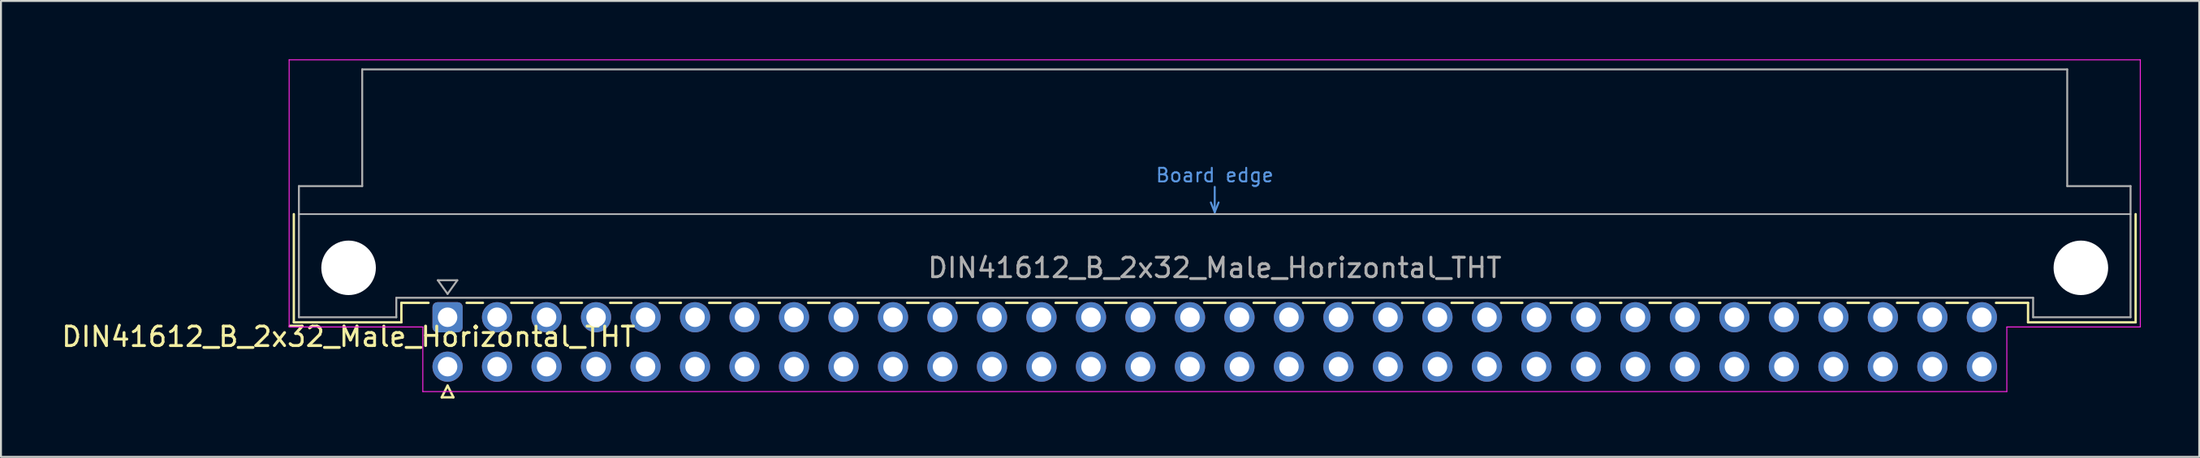
<source format=kicad_pcb>
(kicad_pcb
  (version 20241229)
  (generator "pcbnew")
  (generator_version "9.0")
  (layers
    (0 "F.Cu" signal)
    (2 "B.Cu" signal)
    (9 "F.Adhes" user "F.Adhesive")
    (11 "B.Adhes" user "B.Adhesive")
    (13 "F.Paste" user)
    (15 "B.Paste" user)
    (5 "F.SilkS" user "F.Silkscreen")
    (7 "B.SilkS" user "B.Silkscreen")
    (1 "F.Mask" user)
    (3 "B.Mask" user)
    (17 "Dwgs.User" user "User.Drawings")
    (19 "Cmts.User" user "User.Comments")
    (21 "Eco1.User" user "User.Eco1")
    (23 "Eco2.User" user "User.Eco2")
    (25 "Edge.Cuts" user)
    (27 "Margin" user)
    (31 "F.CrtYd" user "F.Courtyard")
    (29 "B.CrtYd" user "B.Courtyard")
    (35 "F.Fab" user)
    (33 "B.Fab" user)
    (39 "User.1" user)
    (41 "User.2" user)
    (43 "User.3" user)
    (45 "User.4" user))
  (footprint "DIN41612_B_2x32_Male_Horizontal_THT"
    (layer "F.Cu")
    (at 19.919 13.255)
    (property "Reference" "DIN41612_B_2x32_Male_Horizontal_THT" (at -5.08 1 0) (layer "F.SilkS") (effects (font (size 1 1) (thickness 0.15))))
    (attr through_hole)
    (fp_line (start -7.89 -5.3) (end -7.89 0.26) (stroke (width 0.12) (type solid)) (layer "F.SilkS"))
    (fp_line (start -7.89 0.26) (end -2.37 0.26) (stroke (width 0.12) (type solid)) (layer "F.SilkS"))
    (fp_line (start -2.371 -0.74) (end -0.976 -0.74) (stroke (width 0.12) (type solid)) (layer "F.SilkS"))
    (fp_line (start -2.37 0.26) (end -2.37 -0.74) (stroke (width 0.12) (type solid)) (layer "F.SilkS"))
    (fp_line (start -0.3 4.115) (end 0.3 4.115) (stroke (width 0.12) (type solid)) (layer "F.SilkS"))
    (fp_line (start 0 3.515) (end -0.3 4.115) (stroke (width 0.12) (type solid)) (layer "F.SilkS"))
    (fp_line (start 0.3 4.115) (end 0 3.515) (stroke (width 0.12) (type solid)) (layer "F.SilkS"))
    (fp_line (start 0.976 -0.74) (end 1.817 -0.74) (stroke (width 0.12) (type solid)) (layer "F.SilkS"))
    (fp_line (start 3.264 -0.74) (end 4.357 -0.74) (stroke (width 0.12) (type solid)) (layer "F.SilkS"))
    (fp_line (start 5.804 -0.74) (end 6.897 -0.74) (stroke (width 0.12) (type solid)) (layer "F.SilkS"))
    (fp_line (start 8.344 -0.74) (end 9.437 -0.74) (stroke (width 0.12) (type solid)) (layer "F.SilkS"))
    (fp_line (start 10.884 -0.74) (end 11.977 -0.74) (stroke (width 0.12) (type solid)) (layer "F.SilkS"))
    (fp_line (start 13.424 -0.74) (end 14.517 -0.74) (stroke (width 0.12) (type solid)) (layer "F.SilkS"))
    (fp_line (start 15.964 -0.74) (end 17.057 -0.74) (stroke (width 0.12) (type solid)) (layer "F.SilkS"))
    (fp_line (start 18.504 -0.74) (end 19.597 -0.74) (stroke (width 0.12) (type solid)) (layer "F.SilkS"))
    (fp_line (start 21.044 -0.74) (end 22.137 -0.74) (stroke (width 0.12) (type solid)) (layer "F.SilkS"))
    (fp_line (start 23.584 -0.74) (end 24.677 -0.74) (stroke (width 0.12) (type solid)) (layer "F.SilkS"))
    (fp_line (start 26.124 -0.74) (end 27.217 -0.74) (stroke (width 0.12) (type solid)) (layer "F.SilkS"))
    (fp_line (start 28.664 -0.74) (end 29.757 -0.74) (stroke (width 0.12) (type solid)) (layer "F.SilkS"))
    (fp_line (start 31.204 -0.74) (end 32.297 -0.74) (stroke (width 0.12) (type solid)) (layer "F.SilkS"))
    (fp_line (start 33.744 -0.74) (end 34.837 -0.74) (stroke (width 0.12) (type solid)) (layer "F.SilkS"))
    (fp_line (start 36.284 -0.74) (end 37.377 -0.74) (stroke (width 0.12) (type solid)) (layer "F.SilkS"))
    (fp_line (start 38.824 -0.74) (end 39.917 -0.74) (stroke (width 0.12) (type solid)) (layer "F.SilkS"))
    (fp_line (start 41.364 -0.74) (end 42.457 -0.74) (stroke (width 0.12) (type solid)) (layer "F.SilkS"))
    (fp_line (start 43.904 -0.74) (end 44.997 -0.74) (stroke (width 0.12) (type solid)) (layer "F.SilkS"))
    (fp_line (start 46.444 -0.74) (end 47.537 -0.74) (stroke (width 0.12) (type solid)) (layer "F.SilkS"))
    (fp_line (start 48.984 -0.74) (end 50.077 -0.74) (stroke (width 0.12) (type solid)) (layer "F.SilkS"))
    (fp_line (start 51.524 -0.74) (end 52.617 -0.74) (stroke (width 0.12) (type solid)) (layer "F.SilkS"))
    (fp_line (start 54.064 -0.74) (end 55.157 -0.74) (stroke (width 0.12) (type solid)) (layer "F.SilkS"))
    (fp_line (start 56.604 -0.74) (end 57.697 -0.74) (stroke (width 0.12) (type solid)) (layer "F.SilkS"))
    (fp_line (start 59.144 -0.74) (end 60.237 -0.74) (stroke (width 0.12) (type solid)) (layer "F.SilkS"))
    (fp_line (start 61.684 -0.74) (end 62.777 -0.74) (stroke (width 0.12) (type solid)) (layer "F.SilkS"))
    (fp_line (start 64.224 -0.74) (end 65.317 -0.74) (stroke (width 0.12) (type solid)) (layer "F.SilkS"))
    (fp_line (start 66.764 -0.74) (end 67.857 -0.74) (stroke (width 0.12) (type solid)) (layer "F.SilkS"))
    (fp_line (start 69.304 -0.74) (end 70.397 -0.74) (stroke (width 0.12) (type solid)) (layer "F.SilkS"))
    (fp_line (start 71.844 -0.74) (end 72.937 -0.74) (stroke (width 0.12) (type solid)) (layer "F.SilkS"))
    (fp_line (start 74.384 -0.74) (end 75.477 -0.74) (stroke (width 0.12) (type solid)) (layer "F.SilkS"))
    (fp_line (start 76.924 -0.74) (end 78.017 -0.74) (stroke (width 0.12) (type solid)) (layer "F.SilkS"))
    (fp_line (start 79.464 -0.74) (end 81.11 -0.74) (stroke (width 0.12) (type solid)) (layer "F.SilkS"))
    (fp_line (start 81.11 0.26) (end 81.11 -0.74) (stroke (width 0.12) (type solid)) (layer "F.SilkS"))
    (fp_line (start 86.63 -5.3) (end 86.63 0.26) (stroke (width 0.12) (type solid)) (layer "F.SilkS"))
    (fp_line (start 86.63 0.26) (end 81.11 0.26) (stroke (width 0.12) (type solid)) (layer "F.SilkS"))
    (fp_line (start -7.63 -5.3) (end 86.37 -5.3) (stroke (width 0.08) (type solid)) (layer "Dwgs.User"))
    (fp_line (start 39.17 -5.9) (end 39.37 -5.4) (stroke (width 0.1) (type solid)) (layer "Cmts.User"))
    (fp_line (start 39.37 -5.4) (end 39.37 -6.7) (stroke (width 0.1) (type solid)) (layer "Cmts.User"))
    (fp_line (start 39.37 -5.4) (end 39.57 -5.9) (stroke (width 0.1) (type solid)) (layer "Cmts.User"))
    (fp_line (start -8.13 -13.23) (end -8.13 0.5) (stroke (width 0.05) (type solid)) (layer "F.CrtYd"))
    (fp_line (start -8.13 0.5) (end -1.27 0.5) (stroke (width 0.05) (type solid)) (layer "F.CrtYd"))
    (fp_line (start -1.27 0.5) (end -1.27 3.82) (stroke (width 0.05) (type solid)) (layer "F.CrtYd"))
    (fp_line (start -1.27 3.82) (end 80.02 3.82) (stroke (width 0.05) (type solid)) (layer "F.CrtYd"))
    (fp_line (start 80.02 0.5) (end 86.87 0.5) (stroke (width 0.05) (type solid)) (layer "F.CrtYd"))
    (fp_line (start 80.02 3.82) (end 80.02 0.5) (stroke (width 0.05) (type solid)) (layer "F.CrtYd"))
    (fp_line (start 86.87 -13.23) (end -8.13 -13.23) (stroke (width 0.05) (type solid)) (layer "F.CrtYd"))
    (fp_line (start 86.87 0.5) (end 86.87 -13.23) (stroke (width 0.05) (type solid)) (layer "F.CrtYd"))
    (fp_line (start -7.63 -6.74) (end -7.63 0) (stroke (width 0.1) (type solid)) (layer "F.Fab"))
    (fp_line (start -7.63 0) (end -2.63 0) (stroke (width 0.1) (type solid)) (layer "F.Fab"))
    (fp_line (start -4.38 -12.74) (end -4.38 -6.74) (stroke (width 0.1) (type solid)) (layer "F.Fab"))
    (fp_line (start -4.38 -6.74) (end -7.63 -6.74) (stroke (width 0.1) (type solid)) (layer "F.Fab"))
    (fp_line (start -2.63 -1) (end 81.37 -1) (stroke (width 0.1) (type solid)) (layer "F.Fab"))
    (fp_line (start -2.63 0) (end -2.63 -1) (stroke (width 0.1) (type solid)) (layer "F.Fab"))
    (fp_line (start -0.5 -1.9) (end 0.5 -1.9) (stroke (width 0.1) (type solid)) (layer "F.Fab"))
    (fp_line (start 0 -1.2) (end -0.5 -1.9) (stroke (width 0.1) (type solid)) (layer "F.Fab"))
    (fp_line (start 0.5 -1.9) (end 0 -1.2) (stroke (width 0.1) (type solid)) (layer "F.Fab"))
    (fp_line (start 81.37 -1) (end 81.37 0) (stroke (width 0.1) (type solid)) (layer "F.Fab"))
    (fp_line (start 81.37 0) (end 86.37 0) (stroke (width 0.1) (type solid)) (layer "F.Fab"))
    (fp_line (start 83.12 -12.74) (end -4.38 -12.74) (stroke (width 0.1) (type solid)) (layer "F.Fab"))
    (fp_line (start 83.12 -6.74) (end 83.12 -12.74) (stroke (width 0.1) (type solid)) (layer "F.Fab"))
    (fp_line (start 86.37 -6.74) (end 83.12 -6.74) (stroke (width 0.1) (type solid)) (layer "F.Fab"))
    (fp_line (start 86.37 0) (end 86.37 -6.74) (stroke (width 0.1) (type solid)) (layer "F.Fab"))
    (fp_text user "Board edge" (at 39.37 -7.3 0) (layer "Cmts.User") (effects (font (size 0.7 0.7) (thickness 0.1))))
    (fp_text user "${REFERENCE}" (at 39.37 -2.54 0) (layer "F.Fab") (effects (font (size 1 1) (thickness 0.15))))
    (pad "" np_thru_hole circle (at -5.08 -2.54) (size 2.8 2.8) (drill 2.8) (layers "*.Cu" "*.Mask"))
    (pad "" np_thru_hole circle (at 83.82 -2.54) (size 2.8 2.8) (drill 2.8) (layers "*.Cu" "*.Mask"))
    (pad "a1" thru_hole roundrect (at 0 0) (size 1.55 1.55) (drill 1) (layers "*.Cu" "*.Mask") (roundrect_rratio 0.161))
    (pad "a2" thru_hole circle (at 2.54 0) (size 1.55 1.55) (drill 1) (layers "*.Cu" "*.Mask"))
    (pad "a3" thru_hole circle (at 5.08 0) (size 1.55 1.55) (drill 1) (layers "*.Cu" "*.Mask"))
    (pad "a4" thru_hole circle (at 7.62 0) (size 1.55 1.55) (drill 1) (layers "*.Cu" "*.Mask"))
    (pad "a5" thru_hole circle (at 10.16 0) (size 1.55 1.55) (drill 1) (layers "*.Cu" "*.Mask"))
    (pad "a6" thru_hole circle (at 12.7 0) (size 1.55 1.55) (drill 1) (layers "*.Cu" "*.Mask"))
    (pad "a7" thru_hole circle (at 15.24 0) (size 1.55 1.55) (drill 1) (layers "*.Cu" "*.Mask"))
    (pad "a8" thru_hole circle (at 17.78 0) (size 1.55 1.55) (drill 1) (layers "*.Cu" "*.Mask"))
    (pad "a9" thru_hole circle (at 20.32 0) (size 1.55 1.55) (drill 1) (layers "*.Cu" "*.Mask"))
    (pad "a10" thru_hole circle (at 22.86 0) (size 1.55 1.55) (drill 1) (layers "*.Cu" "*.Mask"))
    (pad "a11" thru_hole circle (at 25.4 0) (size 1.55 1.55) (drill 1) (layers "*.Cu" "*.Mask"))
    (pad "a12" thru_hole circle (at 27.94 0) (size 1.55 1.55) (drill 1) (layers "*.Cu" "*.Mask"))
    (pad "a13" thru_hole circle (at 30.48 0) (size 1.55 1.55) (drill 1) (layers "*.Cu" "*.Mask"))
    (pad "a14" thru_hole circle (at 33.02 0) (size 1.55 1.55) (drill 1) (layers "*.Cu" "*.Mask"))
    (pad "a15" thru_hole circle (at 35.56 0) (size 1.55 1.55) (drill 1) (layers "*.Cu" "*.Mask"))
    (pad "a16" thru_hole circle (at 38.1 0) (size 1.55 1.55) (drill 1) (layers "*.Cu" "*.Mask"))
    (pad "a17" thru_hole circle (at 40.64 0) (size 1.55 1.55) (drill 1) (layers "*.Cu" "*.Mask"))
    (pad "a18" thru_hole circle (at 43.18 0) (size 1.55 1.55) (drill 1) (layers "*.Cu" "*.Mask"))
    (pad "a19" thru_hole circle (at 45.72 0) (size 1.55 1.55) (drill 1) (layers "*.Cu" "*.Mask"))
    (pad "a20" thru_hole circle (at 48.26 0) (size 1.55 1.55) (drill 1) (layers "*.Cu" "*.Mask"))
    (pad "a21" thru_hole circle (at 50.8 0) (size 1.55 1.55) (drill 1) (layers "*.Cu" "*.Mask"))
    (pad "a22" thru_hole circle (at 53.34 0) (size 1.55 1.55) (drill 1) (layers "*.Cu" "*.Mask"))
    (pad "a23" thru_hole circle (at 55.88 0) (size 1.55 1.55) (drill 1) (layers "*.Cu" "*.Mask"))
    (pad "a24" thru_hole circle (at 58.42 0) (size 1.55 1.55) (drill 1) (layers "*.Cu" "*.Mask"))
    (pad "a25" thru_hole circle (at 60.96 0) (size 1.55 1.55) (drill 1) (layers "*.Cu" "*.Mask"))
    (pad "a26" thru_hole circle (at 63.5 0) (size 1.55 1.55) (drill 1) (layers "*.Cu" "*.Mask"))
    (pad "a27" thru_hole circle (at 66.04 0) (size 1.55 1.55) (drill 1) (layers "*.Cu" "*.Mask"))
    (pad "a28" thru_hole circle (at 68.58 0) (size 1.55 1.55) (drill 1) (layers "*.Cu" "*.Mask"))
    (pad "a29" thru_hole circle (at 71.12 0) (size 1.55 1.55) (drill 1) (layers "*.Cu" "*.Mask"))
    (pad "a30" thru_hole circle (at 73.66 0) (size 1.55 1.55) (drill 1) (layers "*.Cu" "*.Mask"))
    (pad "a31" thru_hole circle (at 76.2 0) (size 1.55 1.55) (drill 1) (layers "*.Cu" "*.Mask"))
    (pad "a32" thru_hole circle (at 78.74 0) (size 1.55 1.55) (drill 1) (layers "*.Cu" "*.Mask"))
    (pad "b1" thru_hole circle (at 0 2.54) (size 1.55 1.55) (drill 1) (layers "*.Cu" "*.Mask"))
    (pad "b2" thru_hole circle (at 2.54 2.54) (size 1.55 1.55) (drill 1) (layers "*.Cu" "*.Mask"))
    (pad "b3" thru_hole circle (at 5.08 2.54) (size 1.55 1.55) (drill 1) (layers "*.Cu" "*.Mask"))
    (pad "b4" thru_hole circle (at 7.62 2.54) (size 1.55 1.55) (drill 1) (layers "*.Cu" "*.Mask"))
    (pad "b5" thru_hole circle (at 10.16 2.54) (size 1.55 1.55) (drill 1) (layers "*.Cu" "*.Mask"))
    (pad "b6" thru_hole circle (at 12.7 2.54) (size 1.55 1.55) (drill 1) (layers "*.Cu" "*.Mask"))
    (pad "b7" thru_hole circle (at 15.24 2.54) (size 1.55 1.55) (drill 1) (layers "*.Cu" "*.Mask"))
    (pad "b8" thru_hole circle (at 17.78 2.54) (size 1.55 1.55) (drill 1) (layers "*.Cu" "*.Mask"))
    (pad "b9" thru_hole circle (at 20.32 2.54) (size 1.55 1.55) (drill 1) (layers "*.Cu" "*.Mask"))
    (pad "b10" thru_hole circle (at 22.86 2.54) (size 1.55 1.55) (drill 1) (layers "*.Cu" "*.Mask"))
    (pad "b11" thru_hole circle (at 25.4 2.54) (size 1.55 1.55) (drill 1) (layers "*.Cu" "*.Mask"))
    (pad "b12" thru_hole circle (at 27.94 2.54) (size 1.55 1.55) (drill 1) (layers "*.Cu" "*.Mask"))
    (pad "b13" thru_hole circle (at 30.48 2.54) (size 1.55 1.55) (drill 1) (layers "*.Cu" "*.Mask"))
    (pad "b14" thru_hole circle (at 33.02 2.54) (size 1.55 1.55) (drill 1) (layers "*.Cu" "*.Mask"))
    (pad "b15" thru_hole circle (at 35.56 2.54) (size 1.55 1.55) (drill 1) (layers "*.Cu" "*.Mask"))
    (pad "b16" thru_hole circle (at 38.1 2.54) (size 1.55 1.55) (drill 1) (layers "*.Cu" "*.Mask"))
    (pad "b17" thru_hole circle (at 40.64 2.54) (size 1.55 1.55) (drill 1) (layers "*.Cu" "*.Mask"))
    (pad "b18" thru_hole circle (at 43.18 2.54) (size 1.55 1.55) (drill 1) (layers "*.Cu" "*.Mask"))
    (pad "b19" thru_hole circle (at 45.72 2.54) (size 1.55 1.55) (drill 1) (layers "*.Cu" "*.Mask"))
    (pad "b20" thru_hole circle (at 48.26 2.54) (size 1.55 1.55) (drill 1) (layers "*.Cu" "*.Mask"))
    (pad "b21" thru_hole circle (at 50.8 2.54) (size 1.55 1.55) (drill 1) (layers "*.Cu" "*.Mask"))
    (pad "b22" thru_hole circle (at 53.34 2.54) (size 1.55 1.55) (drill 1) (layers "*.Cu" "*.Mask"))
    (pad "b23" thru_hole circle (at 55.88 2.54) (size 1.55 1.55) (drill 1) (layers "*.Cu" "*.Mask"))
    (pad "b24" thru_hole circle (at 58.42 2.54) (size 1.55 1.55) (drill 1) (layers "*.Cu" "*.Mask"))
    (pad "b25" thru_hole circle (at 60.96 2.54) (size 1.55 1.55) (drill 1) (layers "*.Cu" "*.Mask"))
    (pad "b26" thru_hole circle (at 63.5 2.54) (size 1.55 1.55) (drill 1) (layers "*.Cu" "*.Mask"))
    (pad "b27" thru_hole circle (at 66.04 2.54) (size 1.55 1.55) (drill 1) (layers "*.Cu" "*.Mask"))
    (pad "b28" thru_hole circle (at 68.58 2.54) (size 1.55 1.55) (drill 1) (layers "*.Cu" "*.Mask"))
    (pad "b29" thru_hole circle (at 71.12 2.54) (size 1.55 1.55) (drill 1) (layers "*.Cu" "*.Mask"))
    (pad "b30" thru_hole circle (at 73.66 2.54) (size 1.55 1.55) (drill 1) (layers "*.Cu" "*.Mask"))
    (pad "b31" thru_hole circle (at 76.2 2.54) (size 1.55 1.55) (drill 1) (layers "*.Cu" "*.Mask"))
    (pad "b32" thru_hole circle (at 78.74 2.54) (size 1.55 1.55) (drill 1) (layers "*.Cu" "*.Mask")))
  (gr_rect
    (start -3 -3)
    (end 109.814 20.43)
    (stroke (width 0.1) (type default))
    (fill no)
    (layer "Edge.Cuts")))
</source>
